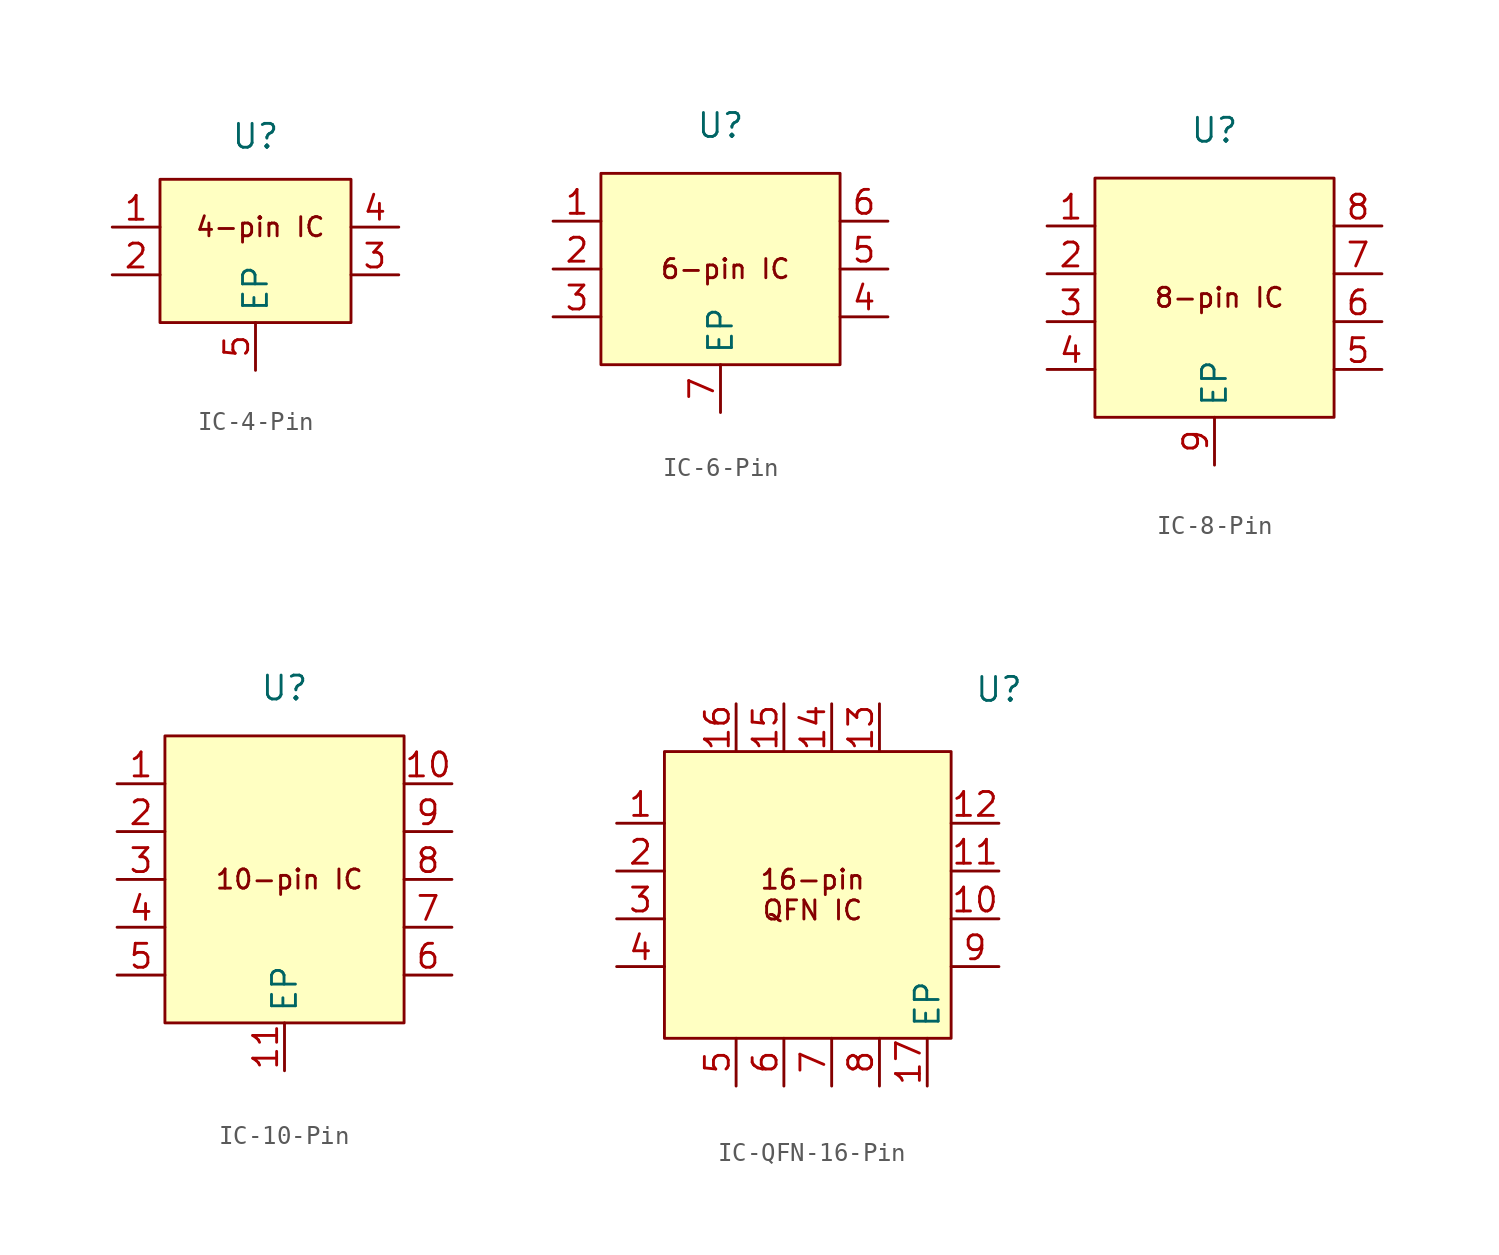
<source format=kicad_sym>
(kicad_symbol_lib
  (version 20231120)
  (generator "kicad_symbol_editor")
  (generator_version "8.0")
  (symbol "IC-4-Pin"
    (property "Reference" "U"
      (at 0 6.096 0)
      (effects (font (size 1.27 1.27))))
    (property "Value" ""
      (at -1.27 7.62 0)
      (effects (font (size 1.27 1.27))))
    (symbol "IC-4-Pin_0_1"
      (rectangle (start -5.08 3.81) (end 5.08 -3.81) (stroke (width 0) (type default)) (fill (type background))))
    (symbol "IC-4-Pin_1_1"
      (text "4-pin IC" (at 0.254 1.27 0) (effects (font (size 1.016 1.016))))
      (pin passive line (at -7.62 1.27 0) (length 2.54) (name "" (effects (font (size 1.27 1.27)))) (number "1" (effects (font (size 1.27 1.27)))))
      (pin passive line (at -7.62 -1.27 0) (length 2.54) (name "" (effects (font (size 1.27 1.27)))) (number "2" (effects (font (size 1.27 1.27)))))
      (pin passive line (at 7.62 -1.27 180) (length 2.54) (name "" (effects (font (size 1.27 1.27)))) (number "3" (effects (font (size 1.27 1.27)))))
      (pin passive line (at 7.62 1.27 180) (length 2.54) (name "" (effects (font (size 1.27 1.27)))) (number "4" (effects (font (size 1.27 1.27)))))
      (pin passive line (at 0 -6.35 90) (length 2.54) (name "EP" (effects (font (size 1.27 1.27)))) (number "5" (effects (font (size 1.27 1.27)))))))
  (symbol "IC-6-Pin"
    (property "Reference" "U"
      (at 0 7.62 0)
      (effects (font (size 1.27 1.27))))
    (property "Value" ""
      (at -1.27 7.62 0)
      (effects (font (size 1.27 1.27))))
    (symbol "IC-6-Pin_0_1"
      (rectangle (start -6.35 5.08) (end 6.35 -5.08) (stroke (width 0) (type default)) (fill (type background))))
    (symbol "IC-6-Pin_1_1"
      (text "6-pin IC" (at 0.254 0 0) (effects (font (size 1.016 1.016))))
      (pin passive line (at -8.89 2.54 0) (length 2.54) (name "" (effects (font (size 1.27 1.27)))) (number "1" (effects (font (size 1.27 1.27)))))
      (pin passive line (at -8.89 0 0) (length 2.54) (name "" (effects (font (size 1.27 1.27)))) (number "2" (effects (font (size 1.27 1.27)))))
      (pin passive line (at -8.89 -2.54 0) (length 2.54) (name "" (effects (font (size 1.27 1.27)))) (number "3" (effects (font (size 1.27 1.27)))))
      (pin passive line (at 8.89 -2.54 180) (length 2.54) (name "" (effects (font (size 1.27 1.27)))) (number "4" (effects (font (size 1.27 1.27)))))
      (pin passive line (at 8.89 0 180) (length 2.54) (name "" (effects (font (size 1.27 1.27)))) (number "5" (effects (font (size 1.27 1.27)))))
      (pin passive line (at 8.89 2.54 180) (length 2.54) (name "" (effects (font (size 1.27 1.27)))) (number "6" (effects (font (size 1.27 1.27)))))
      (pin passive line (at 0 -7.62 90) (length 2.54) (name "EP" (effects (font (size 1.27 1.27)))) (number "7" (effects (font (size 1.27 1.27)))))))
  (symbol "IC-8-Pin"
    (property "Reference" "U"
      (at 0 8.89 0)
      (effects (font (size 1.27 1.27))))
    (property "Value" ""
      (at -1.27 7.62 0)
      (effects (font (size 1.27 1.27))))
    (symbol "IC-8-Pin_0_1"
      (rectangle (start -6.35 6.35) (end 6.35 -6.35) (stroke (width 0) (type default)) (fill (type background))))
    (symbol "IC-8-Pin_1_1"
      (text "8-pin IC" (at 0.254 0 0) (effects (font (size 1.016 1.016))))
      (pin passive line (at -8.89 3.81 0) (length 2.54) (name "" (effects (font (size 1.27 1.27)))) (number "1" (effects (font (size 1.27 1.27)))))
      (pin passive line (at -8.89 1.27 0) (length 2.54) (name "" (effects (font (size 1.27 1.27)))) (number "2" (effects (font (size 1.27 1.27)))))
      (pin passive line (at -8.89 -1.27 0) (length 2.54) (name "" (effects (font (size 1.27 1.27)))) (number "3" (effects (font (size 1.27 1.27)))))
      (pin passive line (at -8.89 -3.81 0) (length 2.54) (name "" (effects (font (size 1.27 1.27)))) (number "4" (effects (font (size 1.27 1.27)))))
      (pin passive line (at 8.89 -3.81 180) (length 2.54) (name "" (effects (font (size 1.27 1.27)))) (number "5" (effects (font (size 1.27 1.27)))))
      (pin passive line (at 8.89 -1.27 180) (length 2.54) (name "" (effects (font (size 1.27 1.27)))) (number "6" (effects (font (size 1.27 1.27)))))
      (pin passive line (at 8.89 1.27 180) (length 2.54) (name "" (effects (font (size 1.27 1.27)))) (number "7" (effects (font (size 1.27 1.27)))))
      (pin passive line (at 8.89 3.81 180) (length 2.54) (name "" (effects (font (size 1.27 1.27)))) (number "8" (effects (font (size 1.27 1.27)))))
      (pin passive line (at 0 -8.89 90) (length 2.54) (name "EP" (effects (font (size 1.27 1.27)))) (number "9" (effects (font (size 1.27 1.27)))))))
  (symbol "IC-10-Pin"
    (property "Reference" "U"
      (at 0 10.16 0)
      (effects (font (size 1.27 1.27))))
    (property "Value" ""
      (at -1.27 7.62 0)
      (effects (font (size 1.27 1.27))))
    (symbol "IC-10-Pin_0_1"
      (rectangle (start -6.35 7.62) (end 6.35 -7.62) (stroke (width 0) (type default)) (fill (type background))))
    (symbol "IC-10-Pin_1_1"
      (text "10-pin IC" (at 0.254 0 0) (effects (font (size 1.016 1.016))))
      (pin passive line (at -8.89 5.08 0) (length 2.54) (name "" (effects (font (size 1.27 1.27)))) (number "1" (effects (font (size 1.27 1.27)))))
      (pin passive line (at 8.89 5.08 180) (length 2.54) (name "" (effects (font (size 1.27 1.27)))) (number "10" (effects (font (size 1.27 1.27)))))
      (pin passive line (at 0 -10.16 90) (length 2.54) (name "EP" (effects (font (size 1.27 1.27)))) (number "11" (effects (font (size 1.27 1.27)))))
      (pin passive line (at -8.89 2.54 0) (length 2.54) (name "" (effects (font (size 1.27 1.27)))) (number "2" (effects (font (size 1.27 1.27)))))
      (pin passive line (at -8.89 0 0) (length 2.54) (name "" (effects (font (size 1.27 1.27)))) (number "3" (effects (font (size 1.27 1.27)))))
      (pin passive line (at -8.89 -2.54 0) (length 2.54) (name "" (effects (font (size 1.27 1.27)))) (number "4" (effects (font (size 1.27 1.27)))))
      (pin passive line (at -8.89 -5.08 0) (length 2.54) (name "" (effects (font (size 1.27 1.27)))) (number "5" (effects (font (size 1.27 1.27)))))
      (pin passive line (at 8.89 -5.08 180) (length 2.54) (name "" (effects (font (size 1.27 1.27)))) (number "6" (effects (font (size 1.27 1.27)))))
      (pin passive line (at 8.89 -2.54 180) (length 2.54) (name "" (effects (font (size 1.27 1.27)))) (number "7" (effects (font (size 1.27 1.27)))))
      (pin passive line (at 8.89 0 180) (length 2.54) (name "" (effects (font (size 1.27 1.27)))) (number "8" (effects (font (size 1.27 1.27)))))
      (pin passive line (at 8.89 2.54 180) (length 2.54) (name "" (effects (font (size 1.27 1.27)))) (number "9" (effects (font (size 1.27 1.27)))))))
  (symbol "IC-QFN-16-Pin"
    (property "Reference" "U"
      (at 10.16 10.922 0)
      (effects (font (size 1.27 1.27))))
    (property "Value" ""
      (at -1.27 8.89 0)
      (effects (font (size 1.27 1.27))))
    (symbol "IC-QFN-16-Pin_0_1"
      (rectangle (start -7.62 7.62) (end 7.62 -7.62) (stroke (width 0) (type default)) (fill (type background))))
    (symbol "IC-QFN-16-Pin_1_1"
      (text "16-pin\nQFN IC" (at 0.254 0 0) (effects (font (size 1.016 1.016))))
      (pin passive line (at -10.16 3.81 0) (length 2.54) (name "" (effects (font (size 1.27 1.27)))) (number "1" (effects (font (size 1.27 1.27)))))
      (pin passive line (at 10.16 -1.27 180) (length 2.54) (name "" (effects (font (size 1.27 1.27)))) (number "10" (effects (font (size 1.27 1.27)))))
      (pin passive line (at 10.16 1.27 180) (length 2.54) (name "" (effects (font (size 1.27 1.27)))) (number "11" (effects (font (size 1.27 1.27)))))
      (pin passive line (at 10.16 3.81 180) (length 2.54) (name "" (effects (font (size 1.27 1.27)))) (number "12" (effects (font (size 1.27 1.27)))))
      (pin passive line (at 3.81 10.16 270) (length 2.54) (name "" (effects (font (size 1.27 1.27)))) (number "13" (effects (font (size 1.27 1.27)))))
      (pin passive line (at 1.27 10.16 270) (length 2.54) (name "" (effects (font (size 1.27 1.27)))) (number "14" (effects (font (size 1.27 1.27)))))
      (pin passive line (at -1.27 10.16 270) (length 2.54) (name "" (effects (font (size 1.27 1.27)))) (number "15" (effects (font (size 1.27 1.27)))))
      (pin passive line (at -3.81 10.16 270) (length 2.54) (name "" (effects (font (size 1.27 1.27)))) (number "16" (effects (font (size 1.27 1.27)))))
      (pin passive line (at 6.35 -10.16 90) (length 2.54) (name "EP" (effects (font (size 1.27 1.27)))) (number "17" (effects (font (size 1.27 1.27)))))
      (pin passive line (at -10.16 1.27 0) (length 2.54) (name "" (effects (font (size 1.27 1.27)))) (number "2" (effects (font (size 1.27 1.27)))))
      (pin passive line (at -10.16 -1.27 0) (length 2.54) (name "" (effects (font (size 1.27 1.27)))) (number "3" (effects (font (size 1.27 1.27)))))
      (pin passive line (at -10.16 -3.81 0) (length 2.54) (name "" (effects (font (size 1.27 1.27)))) (number "4" (effects (font (size 1.27 1.27)))))
      (pin passive line (at -3.81 -10.16 90) (length 2.54) (name "" (effects (font (size 1.27 1.27)))) (number "5" (effects (font (size 1.27 1.27)))))
      (pin passive line (at -1.27 -10.16 90) (length 2.54) (name "" (effects (font (size 1.27 1.27)))) (number "6" (effects (font (size 1.27 1.27)))))
      (pin passive line (at 1.27 -10.16 90) (length 2.54) (name "" (effects (font (size 1.27 1.27)))) (number "7" (effects (font (size 1.27 1.27)))))
      (pin passive line (at 3.81 -10.16 90) (length 2.54) (name "" (effects (font (size 1.27 1.27)))) (number "8" (effects (font (size 1.27 1.27)))))
      (pin passive line (at 10.16 -3.81 180) (length 2.54) (name "" (effects (font (size 1.27 1.27)))) (number "9" (effects (font (size 1.27 1.27))))))))
</source>
